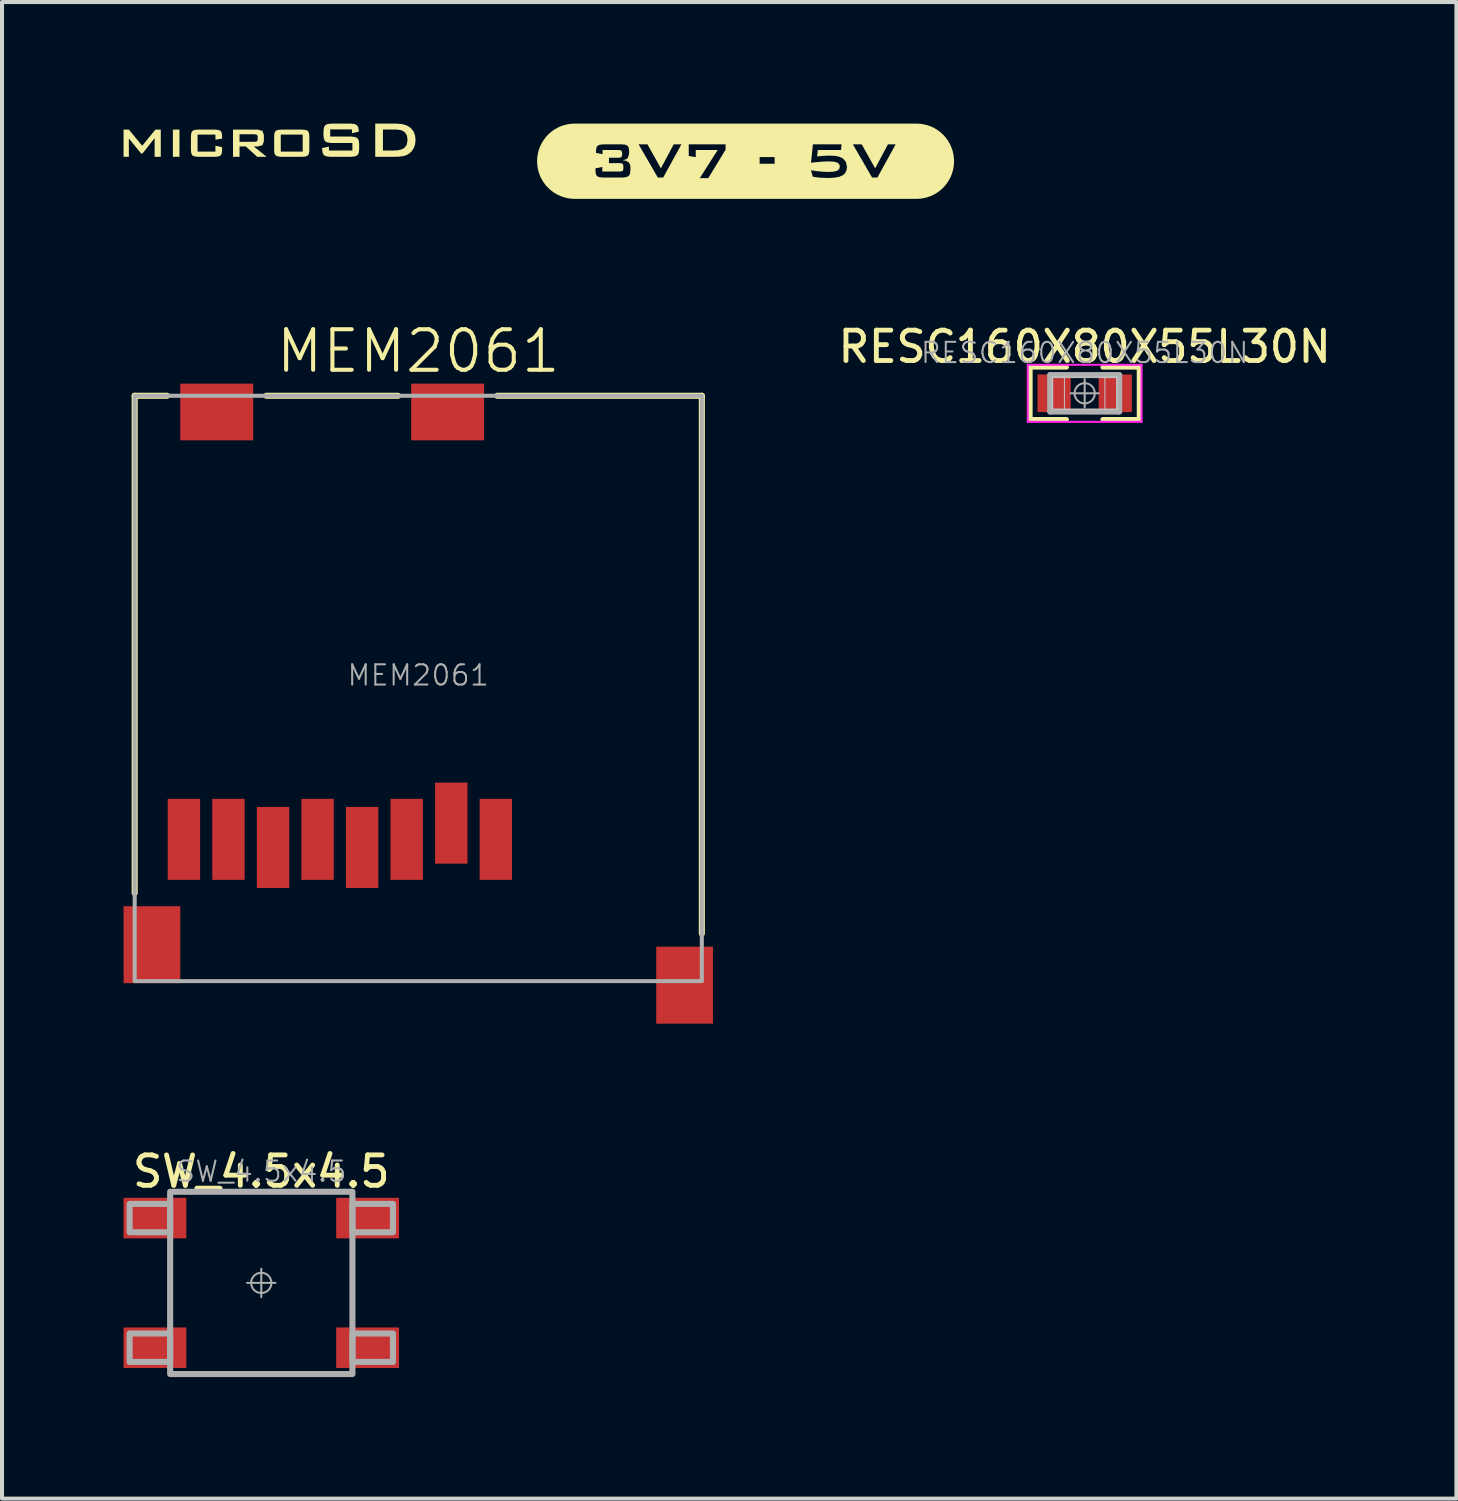
<source format=kicad_pcb>
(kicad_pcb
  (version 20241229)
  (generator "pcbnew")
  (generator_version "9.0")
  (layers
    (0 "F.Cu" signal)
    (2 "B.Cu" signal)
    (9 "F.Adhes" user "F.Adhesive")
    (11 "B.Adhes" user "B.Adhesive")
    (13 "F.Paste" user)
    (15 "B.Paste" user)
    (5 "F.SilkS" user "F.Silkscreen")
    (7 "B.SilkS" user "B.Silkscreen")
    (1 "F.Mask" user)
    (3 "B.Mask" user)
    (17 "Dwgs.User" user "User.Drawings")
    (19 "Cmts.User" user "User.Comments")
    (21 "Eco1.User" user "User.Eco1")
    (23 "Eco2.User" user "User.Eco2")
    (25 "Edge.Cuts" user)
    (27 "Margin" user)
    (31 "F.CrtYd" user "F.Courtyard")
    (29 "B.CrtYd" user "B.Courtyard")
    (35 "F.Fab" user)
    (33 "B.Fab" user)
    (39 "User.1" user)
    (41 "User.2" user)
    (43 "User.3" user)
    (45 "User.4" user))
  (footprint "kibuzzard-63A14452"
    (layer "F.Cu")
    (at 3.604 0.411)
    (property "Reference" "kibuzzard-63A14452" (at 0 -0.41 180) (layer "F.SilkS") (effects (font (size 0.001 0.001) (thickness 0.000003))))
    (attr board_only exclude_from_pos_files exclude_from_bom)
    (fp_poly (pts (xy -2.386 0.41) (xy -2.386 -0.262) (xy -2.224 -0.262) (xy -2.224 0.41) (xy -2.386 0.41)) (stroke (width 0) (type solid)) (fill yes) (layer "F.SilkS"))
    (fp_poly (pts (xy -3.604 0.41) (xy -3.604 -0.262) (xy -3.473 -0.262) (xy -3.144 0.137) (xy -2.817 -0.262) (xy -2.685 -0.262) (xy -2.685 0.41) (xy -2.837 0.41) (xy -2.837 -0.052) (xy -3.137 0.329) (xy -3.169 0.329) (xy -3.473 -0.041) (xy -3.473 0.41) (xy -3.604 0.41)) (stroke (width 0) (type solid)) (fill yes) (layer "F.SilkS"))
    (fp_poly (pts (xy -0.902 0.41) (xy -0.741 0.04) (xy -0.367 0.04) (xy -0.309 0.028) (xy -0.293 -0.014) (xy -0.293 -0.092) (xy -0.309 -0.134) (xy -0.367 -0.146) (xy -0.741 -0.146) (xy -0.741 0.04) (xy -0.902 0.41) (xy -0.902 -0.262) (xy -0.297 -0.262) (xy -0.177 -0.231) (xy -0.14 -0.131) (xy -0.14 0.027) (xy -0.177 0.125) (xy -0.297 0.155) (xy -0.39 0.155) (xy -0.07 0.41) (xy -0.305 0.41) (xy -0.586 0.155) (xy -0.741 0.155) (xy -0.741 0.41) (xy -0.902 0.41)) (stroke (width 0) (type solid)) (fill yes) (layer "F.SilkS"))
    (fp_poly (pts (xy 0.114 -0.103) (xy 0.277 0.281) (xy 0.818 0.281) (xy 0.818 -0.138) (xy 0.277 -0.138) (xy 0.277 0.281) (xy 0.114 -0.103) (xy 0.122 -0.18) (xy 0.149 -0.228) (xy 0.202 -0.253) (xy 0.288 -0.262) (xy 0.807 -0.262) (xy 0.894 -0.253) (xy 0.946 -0.228) (xy 0.973 -0.18) (xy 0.982 -0.103) (xy 0.982 0.251) (xy 0.973 0.328) (xy 0.946 0.376) (xy 0.893 0.401) (xy 0.807 0.41) (xy 0.288 0.41) (xy 0.202 0.401) (xy 0.149 0.376) (xy 0.122 0.328) (xy 0.114 0.251) (xy 0.114 -0.103)) (stroke (width 0) (type solid)) (fill yes) (layer "F.SilkS"))
    (fp_poly (pts (xy -1.336 -0.138) (xy -1.777 -0.138) (xy -1.777 0.281) (xy -1.336 0.281) (xy -1.336 0.138) (xy -1.171 0.172) (xy -1.171 0.251) (xy -1.18 0.328) (xy -1.207 0.376) (xy -1.26 0.401) (xy -1.347 0.41) (xy -1.766 0.41) (xy -1.851 0.401) (xy -1.904 0.376) (xy -1.931 0.328) (xy -1.941 0.251) (xy -1.941 -0.103) (xy -1.932 -0.18) (xy -1.905 -0.228) (xy -1.852 -0.253) (xy -1.766 -0.262) (xy -1.347 -0.262) (xy -1.26 -0.253) (xy -1.207 -0.228) (xy -1.18 -0.18) (xy -1.171 -0.103) (xy -1.171 -0.038) (xy -1.336 -0.014) (xy -1.336 -0.138)) (stroke (width 0) (type solid)) (fill yes) (layer "F.SilkS"))
    (fp_poly (pts (xy 2.609 0.41) (xy 2.799 0.255) (xy 3.046 0.255) (xy 3.164 0.249) (xy 3.257 0.228) (xy 3.325 0.194) (xy 3.387 0.113) (xy 3.407 -0.008) (xy 3.39 -0.119) (xy 3.339 -0.198) (xy 3.254 -0.247) (xy 3.137 -0.263) (xy 2.799 -0.263) (xy 2.799 0.255) (xy 2.609 0.41) (xy 2.609 -0.41) (xy 3.136 -0.41) (xy 3.275 -0.398) (xy 3.39 -0.363) (xy 3.483 -0.304) (xy 3.55 -0.224) (xy 3.591 -0.124) (xy 3.604 -0.005) (xy 3.592 0.104) (xy 3.557 0.202) (xy 3.5 0.284) (xy 3.423 0.346) (xy 3.363 0.375) (xy 3.29 0.395) (xy 3.2 0.406) (xy 3.087 0.41) (xy 2.609 0.41)) (stroke (width 0) (type solid)) (fill yes) (layer "F.SilkS"))
    (fp_poly (pts (xy 2.034 -0.266) (xy 1.498 -0.266) (xy 1.498 -0.09) (xy 2.009 -0.09) (xy 2.109 -0.08) (xy 2.171 -0.049) (xy 2.203 0.009) (xy 2.213 0.103) (xy 2.213 0.216) (xy 2.203 0.31) (xy 2.171 0.369) (xy 2.109 0.399) (xy 2.009 0.41) (xy 1.503 0.41) (xy 1.402 0.399) (xy 1.34 0.369) (xy 1.309 0.31) (xy 1.298 0.216) (xy 1.298 0.193) (xy 1.466 0.159) (xy 1.466 0.255) (xy 2.045 0.255) (xy 2.045 0.069) (xy 1.534 0.069) (xy 1.434 0.058) (xy 1.373 0.028) (xy 1.342 -0.031) (xy 1.331 -0.125) (xy 1.331 -0.216) (xy 1.342 -0.31) (xy 1.373 -0.369) (xy 1.434 -0.399) (xy 1.534 -0.41) (xy 1.999 -0.41) (xy 2.097 -0.4) (xy 2.159 -0.37) (xy 2.192 -0.315) (xy 2.203 -0.23) (xy 2.203 -0.213) (xy 2.034 -0.173) (xy 2.034 -0.266)) (stroke (width 0) (type solid)) (fill yes) (layer "F.SilkS")))
  (footprint "kibuzzard-63A14586"
    (layer "F.Cu")
    (at 15.355 0.93)
    (property "Reference" "kibuzzard-63A14586" (at 0 -0.93 180) (layer "F.SilkS") (effects (font (size 0.001 0.001) (thickness 0.000003))))
    (attr board_only exclude_from_pos_files exclude_from_bom)
    (fp_poly (pts (xy -3.705 -0.929) (xy -3.705 0.176) (xy -3.537 0.141) (xy -3.537 0.255) (xy -3.095 0.255) (xy -3.032 0.241) (xy -3.016 0.182) (xy -3.016 0.122) (xy -3.032 0.062) (xy -3.095 0.047) (xy -3.372 0.047) (xy -3.372 -0.086) (xy -3.125 -0.086) (xy -3.063 -0.101) (xy -3.047 -0.161) (xy -3.047 -0.202) (xy -3.063 -0.262) (xy -3.125 -0.277) (xy -3.53 -0.277) (xy -3.53 -0.175) (xy -3.692 -0.205) (xy -3.692 -0.256) (xy -3.682 -0.334) (xy -3.654 -0.383) (xy -3.597 -0.408) (xy -3.505 -0.417) (xy -3.061 -0.417) (xy -2.969 -0.408) (xy -2.913 -0.383) (xy -2.884 -0.334) (xy -2.875 -0.256) (xy -2.875 -0.182) (xy -2.91 -0.075) (xy -2.958 -0.045) (xy -3.033 -0.026) (xy -2.947 -0.009) (xy -2.889 0.024) (xy -2.854 0.073) (xy -2.843 0.141) (xy -2.843 0.227) (xy -2.854 0.312) (xy -2.166 0.403) (xy -2.64 -0.417) (xy -2.422 -0.417) (xy -2.09 0.176) (xy -1.774 -0.417) (xy -1.584 -0.417) (xy -2.034 0.403) (xy -2.166 0.403) (xy -2.854 0.312) (xy -2.886 0.365) (xy -2.947 0.393) (xy -3.041 0.403) (xy -3.517 0.403) (xy -3.61 0.394) (xy -3.666 0.369) (xy -3.695 0.32) (xy -3.705 0.242) (xy -3.705 0.176) (xy -3.705 -0.929) (xy -4.217 -0.929) (xy -4.309 -0.925) (xy -4.399 -0.911) (xy -4.487 -0.889) (xy -4.573 -0.859) (xy -4.655 -0.82) (xy -4.734 -0.773) (xy -4.807 -0.718) (xy -4.875 -0.657) (xy -4.936 -0.59) (xy -4.99 -0.516) (xy -5.037 -0.438) (xy -5.076 -0.356) (xy -5.107 -0.27) (xy -5.129 -0.181) (xy -5.142 -0.091) (xy -5.147 0) (xy -5.142 0.091) (xy -5.129 0.181) (xy -5.107 0.27) (xy -5.076 0.356) (xy -5.037 0.438) (xy -1.13 0.417) (xy -0.688 -0.277) (xy -1.23 -0.277) (xy -1.23 -0.1) (xy -1.403 -0.131) (xy -1.403 -0.417) (xy -0.493 -0.417) (xy -0.493 -0.285) (xy -0.921 0.417) (xy -1.13 0.417) (xy -5.037 0.438) (xy -4.99 0.516) (xy -4.936 0.59) (xy -4.875 0.657) (xy -4.807 0.718) (xy -4.734 0.773) (xy -4.655 0.82) (xy -4.573 0.859) (xy -4.487 0.889) (xy -4.399 0.911) (xy -4.309 0.925) (xy -4.217 0.929) (xy -3.705 0.929) (xy 3.705 0.929) (xy 0.347 0.062) (xy 0.347 -0.102) (xy 0.717 -0.102) (xy 0.717 0.062) (xy 0.347 0.062) (xy 3.705 0.929) (xy 4.217 0.929) (xy 2.456 0.296) (xy 2.397 0.348) (xy 2.311 0.385) (xy 2.196 0.406) (xy 2.052 0.414) (xy 1.934 0.411) (xy 1.827 0.405) (xy 1.734 0.395) (xy 1.657 0.38) (xy 1.616 0.222) (xy 1.733 0.241) (xy 1.843 0.254) (xy 1.947 0.262) (xy 2.048 0.265) (xy 2.179 0.257) (xy 2.265 0.234) (xy 2.312 0.193) (xy 2.327 0.131) (xy 2.312 0.073) (xy 2.266 0.034) (xy 2.184 0.012) (xy 2.059 0.004) (xy 1.962 0.006) (xy 1.855 0.013) (xy 1.739 0.023) (xy 1.616 0.038) (xy 1.662 -0.417) (xy 2.37 -0.417) (xy 2.356 -0.277) (xy 1.784 -0.277) (xy 1.765 -0.118) (xy 1.865 -0.128) (xy 1.951 -0.134) (xy 2.028 -0.137) (xy 2.097 -0.138) (xy 2.221 -0.131) (xy 2.323 -0.108) (xy 2.402 -0.069) (xy 2.478 0.018) (xy 2.503 0.139) (xy 2.491 0.226) (xy 2.456 0.296) (xy 4.217 0.929) (xy 4.309 0.925) (xy 3.123 0.403) (xy 2.649 -0.417) (xy 2.867 -0.417) (xy 3.199 0.176) (xy 3.515 -0.417) (xy 3.705 -0.417) (xy 3.254 0.403) (xy 3.123 0.403) (xy 4.309 0.925) (xy 4.399 0.911) (xy 4.487 0.889) (xy 4.573 0.859) (xy 4.655 0.82) (xy 4.734 0.773) (xy 4.807 0.718) (xy 4.875 0.657) (xy 4.936 0.59) (xy 4.99 0.516) (xy 5.037 0.438) (xy 5.076 0.356) (xy 5.107 0.27) (xy 5.129 0.181) (xy 5.142 0.091) (xy 5.147 0) (xy 5.142 -0.091) (xy 5.129 -0.181) (xy 5.107 -0.27) (xy 5.076 -0.356) (xy 5.037 -0.438) (xy 4.99 -0.516) (xy 4.936 -0.59) (xy 4.875 -0.657) (xy 4.807 -0.718) (xy 4.734 -0.773) (xy 4.655 -0.82) (xy 4.573 -0.859) (xy 4.487 -0.889) (xy 4.399 -0.911) (xy 4.309 -0.925) (xy 4.217 -0.929) (xy 3.705 -0.929) (xy -3.705 -0.929)) (stroke (width 0) (type solid)) (fill yes) (layer "F.SilkS")))
  (footprint "MEM2061"
    (layer "F.Cu")
    (at 7.275 20.27)
    (property "Reference" "MEM2061" (at 0 -14.65 0) (unlocked yes) (layer "F.SilkS") (effects (font (size 1 1) (thickness 0.1))))
    (attr smd)
    (fp_line (start -7 -13.55) (end -7 -1.275) (stroke (width 0.15) (type default)) (layer "F.SilkS"))
    (fp_line (start -7 -13.55) (end -6.2 -13.55) (stroke (width 0.15) (type default)) (layer "F.SilkS"))
    (fp_line (start -0.5 -13.55) (end -3.75 -13.55) (stroke (width 0.15) (type default)) (layer "F.SilkS"))
    (fp_line (start 7 -13.55) (end 1.95 -13.55) (stroke (width 0.15) (type default)) (layer "F.SilkS"))
    (fp_line (start 7 -0.275) (end 7 -13.55) (stroke (width 0.15) (type default)) (layer "F.SilkS"))
    (fp_rect (start -7 -13.55) (end 7 0.9) (stroke (width 0.1) (type default)) (fill no) (layer "F.Fab"))
    (fp_text user "${REFERENCE}" (at 0 -6.65 0) (unlocked yes) (layer "F.Fab") (effects (font (size 0.5 0.5) (thickness 0.05))))
    (pad "1" smd rect (at 1.915 -2.6) (size 0.8 2) (layers "F.Cu" "F.Mask" "F.Paste"))
    (pad "2" smd rect (at 0.815 -3) (size 0.8 2) (layers "F.Cu" "F.Mask" "F.Paste"))
    (pad "3" smd rect (at -0.285 -2.6) (size 0.8 2) (layers "F.Cu" "F.Mask" "F.Paste"))
    (pad "4" smd rect (at -1.385 -2.4) (size 0.8 2) (layers "F.Cu" "F.Mask" "F.Paste"))
    (pad "5" smd rect (at -2.485 -2.6) (size 0.8 2) (layers "F.Cu" "F.Mask" "F.Paste"))
    (pad "6" smd rect (at -3.585 -2.4) (size 0.8 2) (layers "F.Cu" "F.Mask" "F.Paste"))
    (pad "7" smd rect (at -4.685 -2.6) (size 0.8 2) (layers "F.Cu" "F.Mask" "F.Paste"))
    (pad "8" smd rect (at -5.785 -2.6) (size 0.8 2) (layers "F.Cu" "F.Mask" "F.Paste"))
    (pad "9" smd rect (at -4.975 -13.15) (size 1.8 1.4) (layers "F.Cu" "F.Mask" "F.Paste"))
    (pad "9" smd rect (at 0.725 -13.15) (size 1.8 1.4) (layers "F.Cu" "F.Mask" "F.Paste"))
    (pad "10" smd rect (at -6.575 0) (size 1.4 1.9) (layers "F.Cu" "F.Mask" "F.Paste"))
    (pad "10" smd rect (at 6.575 1) (size 1.4 1.9) (layers "F.Cu" "F.Mask" "F.Paste"))
    (zone (net_name "") (layers "F.Cu" "F.CrtYd") (hatch edge 0.5) (connect_pads) (min_thickness 0.25) (filled_areas_thickness no) (keepout (tracks not_allowed) (vias not_allowed) (pads not_allowed) (copperpour allowed) (footprints allowed)) (placement (enabled no)) (fill) (polygon (pts (xy 10.62 9.27) (xy 10.62 11.35) (xy 0.25 11.35) (xy 0.25 9.27)))))
  (footprint "SW_4.5x4.5"
    (layer "F.Cu")
    (at 3.4 28.619)
    (property "Reference" "SW_4.5x4.5" (at 0 -2.75 0) (unlocked yes) (layer "F.SilkS") (effects (font (size 0.75 0.75) (thickness 0.12))))
    (attr smd)
    (fp_line (start -0.35 0) (end 0.35 0) (stroke (width 0.05) (type solid)) (layer "F.Fab"))
    (fp_line (start 0 -0.35) (end 0 0.35) (stroke (width 0.05) (type solid)) (layer "F.Fab"))
    (fp_rect (start -3.25 -1.95) (end -2.25 -1.25) (stroke (width 0.15) (type default)) (fill no) (layer "F.Fab"))
    (fp_rect (start -3.25 1.25) (end -2.25 1.95) (stroke (width 0.15) (type default)) (fill no) (layer "F.Fab"))
    (fp_rect (start -2.25 -2.25) (end 2.25 2.25) (stroke (width 0.15) (type default)) (fill no) (layer "F.Fab"))
    (fp_rect (start 2.25 -1.95) (end 3.25 -1.25) (stroke (width 0.15) (type default)) (fill no) (layer "F.Fab"))
    (fp_rect (start 2.25 1.25) (end 3.25 1.95) (stroke (width 0.15) (type default)) (fill no) (layer "F.Fab"))
    (fp_circle (center 0 0) (end 0.25 0) (stroke (width 0.05) (type solid)) (fill no) (layer "F.Fab"))
    (fp_text user "${REFERENCE}" (at 0 -2.75 0) (unlocked yes) (layer "F.Fab") (effects (font (size 0.5 0.5) (thickness 0.05))))
    (pad "1" smd rect (at -2.625 -1.6) (size 1.55 1) (layers "F.Cu" "F.Mask" "F.Paste"))
    (pad "2" smd rect (at 2.625 -1.6) (size 1.55 1) (layers "F.Cu" "F.Mask" "F.Paste"))
    (pad "3" smd rect (at -2.625 1.6) (size 1.55 1) (layers "F.Cu" "F.Mask" "F.Paste"))
    (pad "4" smd rect (at 2.625 1.6) (size 1.55 1) (layers "F.Cu" "F.Mask" "F.Paste")))
  (footprint "RESC160X80X55L30N"
    (layer "F.Cu")
    (at 23.726 6.659)
    (property "Reference" "RESC160X80X55L30N" (at 0 -1.15 0) (layer "F.SilkS") (effects (font (size 0.75 0.75) (thickness 0.12))))
    (attr smd)
    (fp_line (start -1.345 -0.645) (end -0.448 -0.645) (stroke (width 0.12) (type solid)) (layer "F.SilkS"))
    (fp_line (start -1.345 0.645) (end -1.345 -0.645) (stroke (width 0.12) (type solid)) (layer "F.SilkS"))
    (fp_line (start -0.448 0.645) (end -1.345 0.645) (stroke (width 0.12) (type solid)) (layer "F.SilkS"))
    (fp_line (start 0.448 0.645) (end 1.345 0.645) (stroke (width 0.12) (type solid)) (layer "F.SilkS"))
    (fp_line (start 1.345 -0.645) (end 0.448 -0.645) (stroke (width 0.12) (type solid)) (layer "F.SilkS"))
    (fp_line (start 1.345 0.645) (end 1.345 -0.645) (stroke (width 0.12) (type solid)) (layer "F.SilkS"))
    (fp_line (start -0.8 -0.4) (end -0.5 -0.4) (stroke (width 0.025) (type solid)) (layer "Dwgs.User"))
    (fp_line (start -0.8 -0.4) (end 0.8 -0.4) (stroke (width 0.025) (type solid)) (layer "Dwgs.User"))
    (fp_line (start -0.8 0.4) (end -0.8 -0.4) (stroke (width 0.025) (type solid)) (layer "Dwgs.User"))
    (fp_line (start -0.8 0.4) (end -0.8 -0.4) (stroke (width 0.025) (type solid)) (layer "Dwgs.User"))
    (fp_line (start -0.5 -0.4) (end -0.5 0.4) (stroke (width 0.025) (type solid)) (layer "Dwgs.User"))
    (fp_line (start -0.5 0.4) (end -0.8 0.4) (stroke (width 0.025) (type solid)) (layer "Dwgs.User"))
    (fp_line (start 0.5 -0.4) (end 0.8 -0.4) (stroke (width 0.025) (type solid)) (layer "Dwgs.User"))
    (fp_line (start 0.5 0.4) (end 0.5 -0.4) (stroke (width 0.025) (type solid)) (layer "Dwgs.User"))
    (fp_line (start 0.8 -0.4) (end 0.8 0.4) (stroke (width 0.025) (type solid)) (layer "Dwgs.User"))
    (fp_line (start 0.8 -0.4) (end 0.8 0.4) (stroke (width 0.025) (type solid)) (layer "Dwgs.User"))
    (fp_line (start 0.8 0.4) (end -0.8 0.4) (stroke (width 0.025) (type solid)) (layer "Dwgs.User"))
    (fp_line (start 0.8 0.4) (end 0.5 0.4) (stroke (width 0.025) (type solid)) (layer "Dwgs.User"))
    (fp_line (start -1.405 -0.704) (end 1.405 -0.704) (stroke (width 0.05) (type solid)) (layer "F.CrtYd"))
    (fp_line (start -1.405 0.704) (end -1.405 -0.704) (stroke (width 0.05) (type solid)) (layer "F.CrtYd"))
    (fp_line (start 1.405 -0.704) (end 1.405 0.704) (stroke (width 0.05) (type solid)) (layer "F.CrtYd"))
    (fp_line (start 1.405 0.704) (end -1.405 0.704) (stroke (width 0.05) (type solid)) (layer "F.CrtYd"))
    (fp_line (start -0.85 -0.45) (end 0.85 -0.45) (stroke (width 0.15) (type solid)) (layer "F.Fab"))
    (fp_line (start -0.85 0.45) (end -0.85 -0.45) (stroke (width 0.15) (type solid)) (layer "F.Fab"))
    (fp_line (start 0 -0.35) (end 0 0.35) (stroke (width 0.05) (type solid)) (layer "F.Fab"))
    (fp_line (start 0.35 0) (end -0.35 0) (stroke (width 0.05) (type solid)) (layer "F.Fab"))
    (fp_line (start 0.85 -0.45) (end 0.85 0.45) (stroke (width 0.15) (type solid)) (layer "F.Fab"))
    (fp_line (start 0.85 0.45) (end -0.85 0.45) (stroke (width 0.15) (type solid)) (layer "F.Fab"))
    (fp_circle (center 0 0) (end 0.25 0) (stroke (width 0.05) (type solid)) (fill no) (layer "F.Fab"))
    (fp_text user "${REFERENCE}" (at 0 -1 0) (layer "F.Fab") (effects (font (size 0.5 0.5) (thickness 0.05))))
    (pad "1" smd rect (at -0.755 0) (size 0.82 0.929) (layers "F.Cu" "F.Mask" "F.Paste"))
    (pad "2" smd rect (at 0.755 0) (size 0.82 0.929) (layers "F.Cu" "F.Mask" "F.Paste")))
  (gr_rect
    (start -3 -3)
    (end 32.903 33.944)
    (stroke (width 0.1) (type default))
    (fill no)
    (layer "Edge.Cuts")))
</source>
